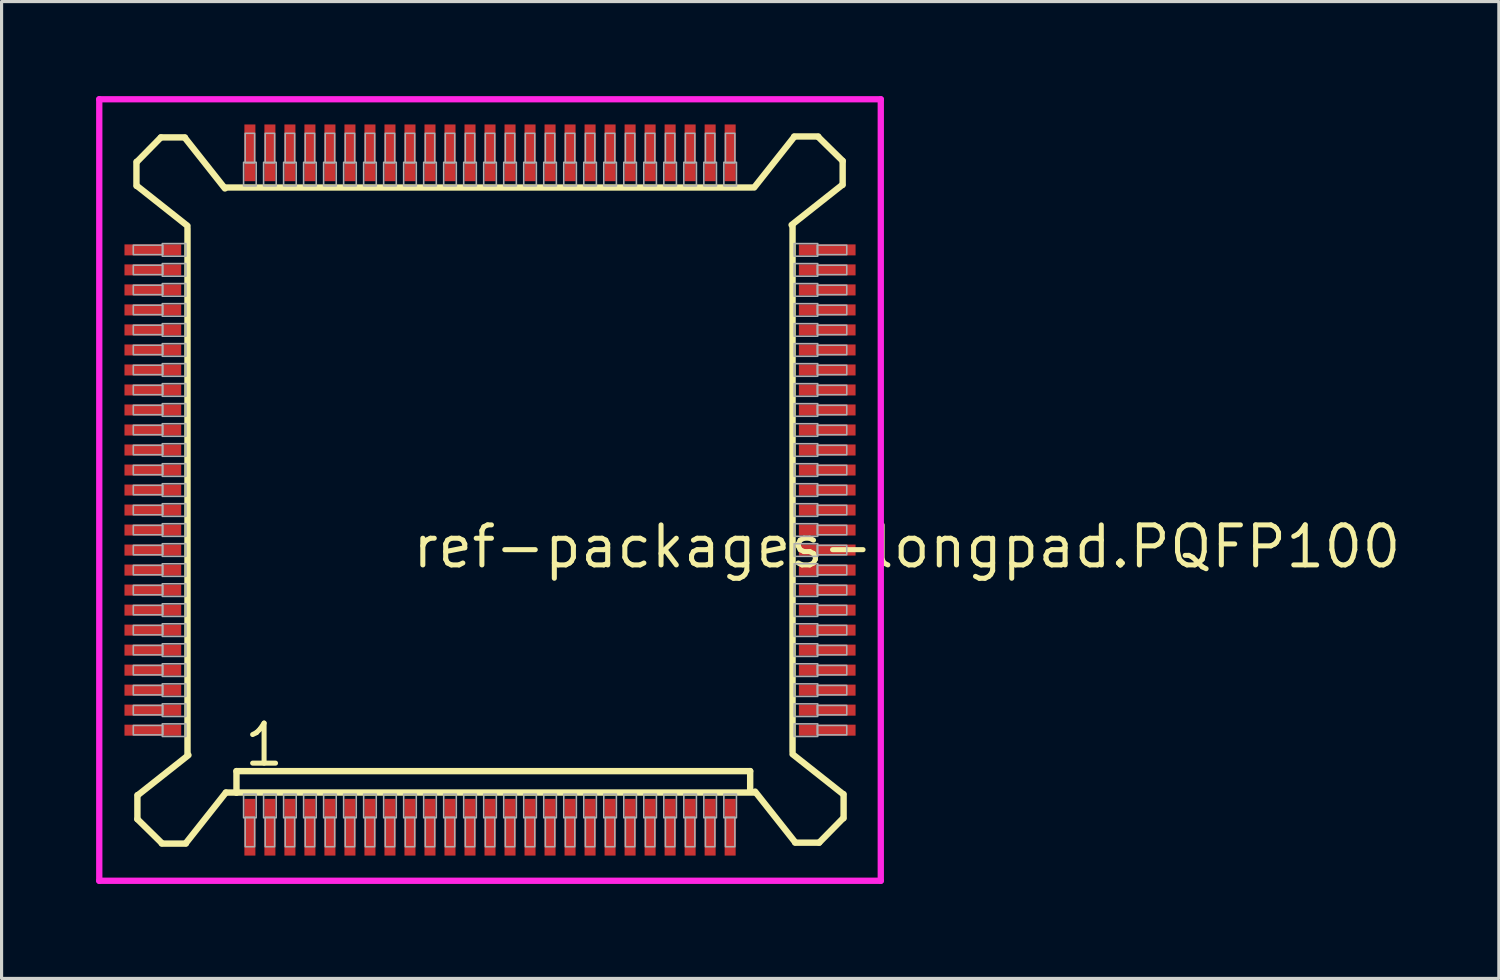
<source format=kicad_pcb>
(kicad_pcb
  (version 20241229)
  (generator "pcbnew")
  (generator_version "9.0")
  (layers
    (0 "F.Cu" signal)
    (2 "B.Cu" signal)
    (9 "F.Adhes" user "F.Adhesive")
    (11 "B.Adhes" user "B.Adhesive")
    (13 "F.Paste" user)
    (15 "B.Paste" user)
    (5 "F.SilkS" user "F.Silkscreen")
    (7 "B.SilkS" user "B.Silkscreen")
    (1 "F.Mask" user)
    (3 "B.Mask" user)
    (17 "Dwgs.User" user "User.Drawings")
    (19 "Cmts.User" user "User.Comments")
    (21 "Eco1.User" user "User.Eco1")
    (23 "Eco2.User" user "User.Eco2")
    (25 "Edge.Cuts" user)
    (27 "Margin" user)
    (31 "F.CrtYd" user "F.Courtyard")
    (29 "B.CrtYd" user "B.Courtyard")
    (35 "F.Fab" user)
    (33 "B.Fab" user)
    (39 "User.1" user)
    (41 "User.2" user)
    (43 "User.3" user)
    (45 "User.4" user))
  (footprint "ref-packages-longpad.PQFP100"
    (layer "F.Cu")
    (at 12.5 12.5)
    (property "Reference" "ref-packages-longpad.PQFP100" (at -2.54 2.54 0) (layer "F.SilkS") (effects (font (size 1.27 1.27) (thickness 0.16)) (justify left bottom)))
    (attr smd)
    (fp_line (start -11.22 -10.414) (end -11.22 -9.652) (stroke (width 0.203) (type default)) (layer "F.SilkS"))
    (fp_line (start -11.206 -9.652) (end -9.6 -8.382) (stroke (width 0.203) (type default)) (layer "F.SilkS"))
    (fp_line (start -11.19 9.682) (end -11.19 10.444) (stroke (width 0.203) (type default)) (layer "F.SilkS"))
    (fp_line (start -11.19 10.444) (end -10.414 11.206) (stroke (width 0.203) (type default)) (layer "F.SilkS"))
    (fp_line (start -10.444 -11.19) (end -11.206 -10.414) (stroke (width 0.203) (type default)) (layer "F.SilkS"))
    (fp_line (start -10.414 11.22) (end -9.652 11.22) (stroke (width 0.203) (type default)) (layer "F.SilkS"))
    (fp_line (start -9.682 -11.19) (end -10.444 -11.19) (stroke (width 0.203) (type default)) (layer "F.SilkS"))
    (fp_line (start -9.652 11.206) (end -8.382 9.6) (stroke (width 0.203) (type default)) (layer "F.SilkS"))
    (fp_line (start -9.6 -8.3) (end -9.6 8.382) (stroke (width 0.203) (type default)) (layer "F.SilkS"))
    (fp_line (start -9.57 8.412) (end -11.176 9.682) (stroke (width 0.203) (type default)) (layer "F.SilkS"))
    (fp_line (start -8.412 -9.57) (end -9.682 -11.176) (stroke (width 0.203) (type default)) (layer "F.SilkS"))
    (fp_line (start -8.382 9.6) (end -8.046 9.6) (stroke (width 0.203) (type default)) (layer "F.SilkS"))
    (fp_line (start -8.046 8.92) (end 8.255 8.92) (stroke (width 0.203) (type default)) (layer "F.SilkS"))
    (fp_line (start -8.046 9.6) (end -8.046 8.92) (stroke (width 0.203) (type default)) (layer "F.SilkS"))
    (fp_line (start -8.046 9.6) (end 8.382 9.6) (stroke (width 0.203) (type default)) (layer "F.SilkS"))
    (fp_line (start 8.255 8.92) (end 8.255 9.555) (stroke (width 0.203) (type default)) (layer "F.SilkS"))
    (fp_line (start 8.3 -9.6) (end -8.382 -9.6) (stroke (width 0.203) (type default)) (layer "F.SilkS"))
    (fp_line (start 8.412 9.57) (end 9.682 11.176) (stroke (width 0.203) (type default)) (layer "F.SilkS"))
    (fp_line (start 9.57 -8.412) (end 11.176 -9.682) (stroke (width 0.203) (type default)) (layer "F.SilkS"))
    (fp_line (start 9.6 8.3) (end 9.6 -8.382) (stroke (width 0.203) (type default)) (layer "F.SilkS"))
    (fp_line (start 9.652 -11.206) (end 8.382 -9.6) (stroke (width 0.203) (type default)) (layer "F.SilkS"))
    (fp_line (start 9.682 11.19) (end 10.444 11.19) (stroke (width 0.203) (type default)) (layer "F.SilkS"))
    (fp_line (start 10.414 -11.22) (end 9.652 -11.22) (stroke (width 0.203) (type default)) (layer "F.SilkS"))
    (fp_line (start 10.444 11.19) (end 11.206 10.414) (stroke (width 0.203) (type default)) (layer "F.SilkS"))
    (fp_line (start 11.19 -10.444) (end 10.414 -11.206) (stroke (width 0.203) (type default)) (layer "F.SilkS"))
    (fp_line (start 11.19 -9.682) (end 11.19 -10.444) (stroke (width 0.203) (type default)) (layer "F.SilkS"))
    (fp_line (start 11.206 9.652) (end 9.6 8.382) (stroke (width 0.203) (type default)) (layer "F.SilkS"))
    (fp_line (start 11.22 10.414) (end 11.22 9.652) (stroke (width 0.203) (type default)) (layer "F.SilkS"))
    (fp_line (start -12.4 -12.4) (end 12.4 -12.4) (stroke (width 0.2) (type default)) (layer "F.CrtYd"))
    (fp_line (start -12.4 12.4) (end -12.4 -12.4) (stroke (width 0.2) (type default)) (layer "F.CrtYd"))
    (fp_line (start 12.4 -12.4) (end 12.4 12.4) (stroke (width 0.2) (type default)) (layer "F.CrtYd"))
    (fp_line (start 12.4 12.4) (end -12.4 12.4) (stroke (width 0.2) (type default)) (layer "F.CrtYd"))
    (fp_rect (start -11.32 -7.47) (end -10.38 -7.77) (stroke (width 0.05) (type default)) (fill no) (layer "F.Fab"))
    (fp_rect (start -11.32 -6.835) (end -10.38 -7.135) (stroke (width 0.05) (type default)) (fill no) (layer "F.Fab"))
    (fp_rect (start -11.32 -6.2) (end -10.38 -6.5) (stroke (width 0.05) (type default)) (fill no) (layer "F.Fab"))
    (fp_rect (start -11.32 -5.565) (end -10.38 -5.865) (stroke (width 0.05) (type default)) (fill no) (layer "F.Fab"))
    (fp_rect (start -11.32 -4.93) (end -10.38 -5.23) (stroke (width 0.05) (type default)) (fill no) (layer "F.Fab"))
    (fp_rect (start -11.32 -4.295) (end -10.38 -4.595) (stroke (width 0.05) (type default)) (fill no) (layer "F.Fab"))
    (fp_rect (start -11.32 -3.66) (end -10.38 -3.96) (stroke (width 0.05) (type default)) (fill no) (layer "F.Fab"))
    (fp_rect (start -11.32 -3.025) (end -10.38 -3.325) (stroke (width 0.05) (type default)) (fill no) (layer "F.Fab"))
    (fp_rect (start -11.32 -2.39) (end -10.38 -2.69) (stroke (width 0.05) (type default)) (fill no) (layer "F.Fab"))
    (fp_rect (start -11.32 -1.755) (end -10.38 -2.055) (stroke (width 0.05) (type default)) (fill no) (layer "F.Fab"))
    (fp_rect (start -11.32 -1.12) (end -10.38 -1.42) (stroke (width 0.05) (type default)) (fill no) (layer "F.Fab"))
    (fp_rect (start -11.32 -0.485) (end -10.38 -0.785) (stroke (width 0.05) (type default)) (fill no) (layer "F.Fab"))
    (fp_rect (start -11.32 0.15) (end -10.38 -0.15) (stroke (width 0.05) (type default)) (fill no) (layer "F.Fab"))
    (fp_rect (start -11.32 0.785) (end -10.38 0.485) (stroke (width 0.05) (type default)) (fill no) (layer "F.Fab"))
    (fp_rect (start -11.32 1.42) (end -10.38 1.12) (stroke (width 0.05) (type default)) (fill no) (layer "F.Fab"))
    (fp_rect (start -11.32 2.055) (end -10.38 1.755) (stroke (width 0.05) (type default)) (fill no) (layer "F.Fab"))
    (fp_rect (start -11.32 2.69) (end -10.38 2.39) (stroke (width 0.05) (type default)) (fill no) (layer "F.Fab"))
    (fp_rect (start -11.32 3.325) (end -10.38 3.025) (stroke (width 0.05) (type default)) (fill no) (layer "F.Fab"))
    (fp_rect (start -11.32 3.96) (end -10.38 3.66) (stroke (width 0.05) (type default)) (fill no) (layer "F.Fab"))
    (fp_rect (start -11.32 4.595) (end -10.38 4.295) (stroke (width 0.05) (type default)) (fill no) (layer "F.Fab"))
    (fp_rect (start -11.32 5.23) (end -10.38 4.93) (stroke (width 0.05) (type default)) (fill no) (layer "F.Fab"))
    (fp_rect (start -11.32 5.865) (end -10.38 5.565) (stroke (width 0.05) (type default)) (fill no) (layer "F.Fab"))
    (fp_rect (start -11.32 6.5) (end -10.38 6.2) (stroke (width 0.05) (type default)) (fill no) (layer "F.Fab"))
    (fp_rect (start -11.32 7.135) (end -10.38 6.835) (stroke (width 0.05) (type default)) (fill no) (layer "F.Fab"))
    (fp_rect (start -11.32 7.77) (end -10.38 7.47) (stroke (width 0.05) (type default)) (fill no) (layer "F.Fab"))
    (fp_rect (start -10.4 -7.42) (end -9.65 -7.82) (stroke (width 0.05) (type default)) (fill no) (layer "F.Fab"))
    (fp_rect (start -10.4 -6.785) (end -9.65 -7.185) (stroke (width 0.05) (type default)) (fill no) (layer "F.Fab"))
    (fp_rect (start -10.4 -6.15) (end -9.65 -6.55) (stroke (width 0.05) (type default)) (fill no) (layer "F.Fab"))
    (fp_rect (start -10.4 -5.515) (end -9.65 -5.915) (stroke (width 0.05) (type default)) (fill no) (layer "F.Fab"))
    (fp_rect (start -10.4 -4.88) (end -9.65 -5.28) (stroke (width 0.05) (type default)) (fill no) (layer "F.Fab"))
    (fp_rect (start -10.4 -4.245) (end -9.65 -4.645) (stroke (width 0.05) (type default)) (fill no) (layer "F.Fab"))
    (fp_rect (start -10.4 -3.61) (end -9.65 -4.01) (stroke (width 0.05) (type default)) (fill no) (layer "F.Fab"))
    (fp_rect (start -10.4 -2.975) (end -9.65 -3.375) (stroke (width 0.05) (type default)) (fill no) (layer "F.Fab"))
    (fp_rect (start -10.4 -2.34) (end -9.65 -2.74) (stroke (width 0.05) (type default)) (fill no) (layer "F.Fab"))
    (fp_rect (start -10.4 -1.705) (end -9.65 -2.105) (stroke (width 0.05) (type default)) (fill no) (layer "F.Fab"))
    (fp_rect (start -10.4 -1.07) (end -9.65 -1.47) (stroke (width 0.05) (type default)) (fill no) (layer "F.Fab"))
    (fp_rect (start -10.4 -0.435) (end -9.65 -0.835) (stroke (width 0.05) (type default)) (fill no) (layer "F.Fab"))
    (fp_rect (start -10.4 0.2) (end -9.65 -0.2) (stroke (width 0.05) (type default)) (fill no) (layer "F.Fab"))
    (fp_rect (start -10.4 0.835) (end -9.65 0.435) (stroke (width 0.05) (type default)) (fill no) (layer "F.Fab"))
    (fp_rect (start -10.4 1.47) (end -9.65 1.07) (stroke (width 0.05) (type default)) (fill no) (layer "F.Fab"))
    (fp_rect (start -10.4 2.105) (end -9.65 1.705) (stroke (width 0.05) (type default)) (fill no) (layer "F.Fab"))
    (fp_rect (start -10.4 2.74) (end -9.65 2.34) (stroke (width 0.05) (type default)) (fill no) (layer "F.Fab"))
    (fp_rect (start -10.4 3.375) (end -9.65 2.975) (stroke (width 0.05) (type default)) (fill no) (layer "F.Fab"))
    (fp_rect (start -10.4 4.01) (end -9.65 3.61) (stroke (width 0.05) (type default)) (fill no) (layer "F.Fab"))
    (fp_rect (start -10.4 4.645) (end -9.65 4.245) (stroke (width 0.05) (type default)) (fill no) (layer "F.Fab"))
    (fp_rect (start -10.4 5.28) (end -9.65 4.88) (stroke (width 0.05) (type default)) (fill no) (layer "F.Fab"))
    (fp_rect (start -10.4 5.915) (end -9.65 5.515) (stroke (width 0.05) (type default)) (fill no) (layer "F.Fab"))
    (fp_rect (start -10.4 6.55) (end -9.65 6.15) (stroke (width 0.05) (type default)) (fill no) (layer "F.Fab"))
    (fp_rect (start -10.4 7.185) (end -9.65 6.785) (stroke (width 0.05) (type default)) (fill no) (layer "F.Fab"))
    (fp_rect (start -10.4 7.82) (end -9.65 7.42) (stroke (width 0.05) (type default)) (fill no) (layer "F.Fab"))
    (fp_rect (start -7.82 -9.65) (end -7.42 -10.4) (stroke (width 0.05) (type default)) (fill no) (layer "F.Fab"))
    (fp_rect (start -7.82 10.4) (end -7.42 9.65) (stroke (width 0.05) (type default)) (fill no) (layer "F.Fab"))
    (fp_rect (start -7.77 -10.38) (end -7.47 -11.32) (stroke (width 0.05) (type default)) (fill no) (layer "F.Fab"))
    (fp_rect (start -7.77 11.32) (end -7.47 10.38) (stroke (width 0.05) (type default)) (fill no) (layer "F.Fab"))
    (fp_rect (start -7.185 -9.65) (end -6.785 -10.4) (stroke (width 0.05) (type default)) (fill no) (layer "F.Fab"))
    (fp_rect (start -7.185 10.4) (end -6.785 9.65) (stroke (width 0.05) (type default)) (fill no) (layer "F.Fab"))
    (fp_rect (start -7.135 -10.38) (end -6.835 -11.32) (stroke (width 0.05) (type default)) (fill no) (layer "F.Fab"))
    (fp_rect (start -7.135 11.32) (end -6.835 10.38) (stroke (width 0.05) (type default)) (fill no) (layer "F.Fab"))
    (fp_rect (start -6.55 -9.65) (end -6.15 -10.4) (stroke (width 0.05) (type default)) (fill no) (layer "F.Fab"))
    (fp_rect (start -6.55 10.4) (end -6.15 9.65) (stroke (width 0.05) (type default)) (fill no) (layer "F.Fab"))
    (fp_rect (start -6.5 -10.38) (end -6.2 -11.32) (stroke (width 0.05) (type default)) (fill no) (layer "F.Fab"))
    (fp_rect (start -6.5 11.32) (end -6.2 10.38) (stroke (width 0.05) (type default)) (fill no) (layer "F.Fab"))
    (fp_rect (start -5.915 -9.65) (end -5.515 -10.4) (stroke (width 0.05) (type default)) (fill no) (layer "F.Fab"))
    (fp_rect (start -5.915 10.4) (end -5.515 9.65) (stroke (width 0.05) (type default)) (fill no) (layer "F.Fab"))
    (fp_rect (start -5.865 -10.38) (end -5.565 -11.32) (stroke (width 0.05) (type default)) (fill no) (layer "F.Fab"))
    (fp_rect (start -5.865 11.32) (end -5.565 10.38) (stroke (width 0.05) (type default)) (fill no) (layer "F.Fab"))
    (fp_rect (start -5.28 -9.65) (end -4.88 -10.4) (stroke (width 0.05) (type default)) (fill no) (layer "F.Fab"))
    (fp_rect (start -5.28 10.4) (end -4.88 9.65) (stroke (width 0.05) (type default)) (fill no) (layer "F.Fab"))
    (fp_rect (start -5.23 -10.38) (end -4.93 -11.32) (stroke (width 0.05) (type default)) (fill no) (layer "F.Fab"))
    (fp_rect (start -5.23 11.32) (end -4.93 10.38) (stroke (width 0.05) (type default)) (fill no) (layer "F.Fab"))
    (fp_rect (start -4.645 -9.65) (end -4.245 -10.4) (stroke (width 0.05) (type default)) (fill no) (layer "F.Fab"))
    (fp_rect (start -4.645 10.4) (end -4.245 9.65) (stroke (width 0.05) (type default)) (fill no) (layer "F.Fab"))
    (fp_rect (start -4.595 -10.38) (end -4.295 -11.32) (stroke (width 0.05) (type default)) (fill no) (layer "F.Fab"))
    (fp_rect (start -4.595 11.32) (end -4.295 10.38) (stroke (width 0.05) (type default)) (fill no) (layer "F.Fab"))
    (fp_rect (start -4.01 -9.65) (end -3.61 -10.4) (stroke (width 0.05) (type default)) (fill no) (layer "F.Fab"))
    (fp_rect (start -4.01 10.4) (end -3.61 9.65) (stroke (width 0.05) (type default)) (fill no) (layer "F.Fab"))
    (fp_rect (start -3.96 -10.38) (end -3.66 -11.32) (stroke (width 0.05) (type default)) (fill no) (layer "F.Fab"))
    (fp_rect (start -3.96 11.32) (end -3.66 10.38) (stroke (width 0.05) (type default)) (fill no) (layer "F.Fab"))
    (fp_rect (start -3.375 -9.65) (end -2.975 -10.4) (stroke (width 0.05) (type default)) (fill no) (layer "F.Fab"))
    (fp_rect (start -3.375 10.4) (end -2.975 9.65) (stroke (width 0.05) (type default)) (fill no) (layer "F.Fab"))
    (fp_rect (start -3.325 -10.38) (end -3.025 -11.32) (stroke (width 0.05) (type default)) (fill no) (layer "F.Fab"))
    (fp_rect (start -3.325 11.32) (end -3.025 10.38) (stroke (width 0.05) (type default)) (fill no) (layer "F.Fab"))
    (fp_rect (start -2.74 -9.65) (end -2.34 -10.4) (stroke (width 0.05) (type default)) (fill no) (layer "F.Fab"))
    (fp_rect (start -2.74 10.4) (end -2.34 9.65) (stroke (width 0.05) (type default)) (fill no) (layer "F.Fab"))
    (fp_rect (start -2.69 -10.38) (end -2.39 -11.32) (stroke (width 0.05) (type default)) (fill no) (layer "F.Fab"))
    (fp_rect (start -2.69 11.32) (end -2.39 10.38) (stroke (width 0.05) (type default)) (fill no) (layer "F.Fab"))
    (fp_rect (start -2.105 -9.65) (end -1.705 -10.4) (stroke (width 0.05) (type default)) (fill no) (layer "F.Fab"))
    (fp_rect (start -2.105 10.4) (end -1.705 9.65) (stroke (width 0.05) (type default)) (fill no) (layer "F.Fab"))
    (fp_rect (start -2.055 -10.38) (end -1.755 -11.32) (stroke (width 0.05) (type default)) (fill no) (layer "F.Fab"))
    (fp_rect (start -2.055 11.32) (end -1.755 10.38) (stroke (width 0.05) (type default)) (fill no) (layer "F.Fab"))
    (fp_rect (start -1.47 -9.65) (end -1.07 -10.4) (stroke (width 0.05) (type default)) (fill no) (layer "F.Fab"))
    (fp_rect (start -1.47 10.4) (end -1.07 9.65) (stroke (width 0.05) (type default)) (fill no) (layer "F.Fab"))
    (fp_rect (start -1.42 -10.38) (end -1.12 -11.32) (stroke (width 0.05) (type default)) (fill no) (layer "F.Fab"))
    (fp_rect (start -1.42 11.32) (end -1.12 10.38) (stroke (width 0.05) (type default)) (fill no) (layer "F.Fab"))
    (fp_rect (start -0.835 -9.65) (end -0.435 -10.4) (stroke (width 0.05) (type default)) (fill no) (layer "F.Fab"))
    (fp_rect (start -0.835 10.4) (end -0.435 9.65) (stroke (width 0.05) (type default)) (fill no) (layer "F.Fab"))
    (fp_rect (start -0.785 -10.38) (end -0.485 -11.32) (stroke (width 0.05) (type default)) (fill no) (layer "F.Fab"))
    (fp_rect (start -0.785 11.32) (end -0.485 10.38) (stroke (width 0.05) (type default)) (fill no) (layer "F.Fab"))
    (fp_rect (start -0.2 -9.65) (end 0.2 -10.4) (stroke (width 0.05) (type default)) (fill no) (layer "F.Fab"))
    (fp_rect (start -0.2 10.4) (end 0.2 9.65) (stroke (width 0.05) (type default)) (fill no) (layer "F.Fab"))
    (fp_rect (start -0.15 -10.38) (end 0.15 -11.32) (stroke (width 0.05) (type default)) (fill no) (layer "F.Fab"))
    (fp_rect (start -0.15 11.32) (end 0.15 10.38) (stroke (width 0.05) (type default)) (fill no) (layer "F.Fab"))
    (fp_rect (start 0.435 -9.65) (end 0.835 -10.4) (stroke (width 0.05) (type default)) (fill no) (layer "F.Fab"))
    (fp_rect (start 0.435 10.4) (end 0.835 9.65) (stroke (width 0.05) (type default)) (fill no) (layer "F.Fab"))
    (fp_rect (start 0.485 -10.38) (end 0.785 -11.32) (stroke (width 0.05) (type default)) (fill no) (layer "F.Fab"))
    (fp_rect (start 0.485 11.32) (end 0.785 10.38) (stroke (width 0.05) (type default)) (fill no) (layer "F.Fab"))
    (fp_rect (start 1.07 -9.65) (end 1.47 -10.4) (stroke (width 0.05) (type default)) (fill no) (layer "F.Fab"))
    (fp_rect (start 1.07 10.4) (end 1.47 9.65) (stroke (width 0.05) (type default)) (fill no) (layer "F.Fab"))
    (fp_rect (start 1.12 -10.38) (end 1.42 -11.32) (stroke (width 0.05) (type default)) (fill no) (layer "F.Fab"))
    (fp_rect (start 1.12 11.32) (end 1.42 10.38) (stroke (width 0.05) (type default)) (fill no) (layer "F.Fab"))
    (fp_rect (start 1.705 -9.65) (end 2.105 -10.4) (stroke (width 0.05) (type default)) (fill no) (layer "F.Fab"))
    (fp_rect (start 1.705 10.4) (end 2.105 9.65) (stroke (width 0.05) (type default)) (fill no) (layer "F.Fab"))
    (fp_rect (start 1.755 -10.38) (end 2.055 -11.32) (stroke (width 0.05) (type default)) (fill no) (layer "F.Fab"))
    (fp_rect (start 1.755 11.32) (end 2.055 10.38) (stroke (width 0.05) (type default)) (fill no) (layer "F.Fab"))
    (fp_rect (start 2.34 -9.65) (end 2.74 -10.4) (stroke (width 0.05) (type default)) (fill no) (layer "F.Fab"))
    (fp_rect (start 2.34 10.4) (end 2.74 9.65) (stroke (width 0.05) (type default)) (fill no) (layer "F.Fab"))
    (fp_rect (start 2.39 -10.38) (end 2.69 -11.32) (stroke (width 0.05) (type default)) (fill no) (layer "F.Fab"))
    (fp_rect (start 2.39 11.32) (end 2.69 10.38) (stroke (width 0.05) (type default)) (fill no) (layer "F.Fab"))
    (fp_rect (start 2.975 -9.65) (end 3.375 -10.4) (stroke (width 0.05) (type default)) (fill no) (layer "F.Fab"))
    (fp_rect (start 2.975 10.4) (end 3.375 9.65) (stroke (width 0.05) (type default)) (fill no) (layer "F.Fab"))
    (fp_rect (start 3.025 -10.38) (end 3.325 -11.32) (stroke (width 0.05) (type default)) (fill no) (layer "F.Fab"))
    (fp_rect (start 3.025 11.32) (end 3.325 10.38) (stroke (width 0.05) (type default)) (fill no) (layer "F.Fab"))
    (fp_rect (start 3.61 -9.65) (end 4.01 -10.4) (stroke (width 0.05) (type default)) (fill no) (layer "F.Fab"))
    (fp_rect (start 3.61 10.4) (end 4.01 9.65) (stroke (width 0.05) (type default)) (fill no) (layer "F.Fab"))
    (fp_rect (start 3.66 -10.38) (end 3.96 -11.32) (stroke (width 0.05) (type default)) (fill no) (layer "F.Fab"))
    (fp_rect (start 3.66 11.32) (end 3.96 10.38) (stroke (width 0.05) (type default)) (fill no) (layer "F.Fab"))
    (fp_rect (start 4.245 -9.65) (end 4.645 -10.4) (stroke (width 0.05) (type default)) (fill no) (layer "F.Fab"))
    (fp_rect (start 4.245 10.4) (end 4.645 9.65) (stroke (width 0.05) (type default)) (fill no) (layer "F.Fab"))
    (fp_rect (start 4.295 -10.38) (end 4.595 -11.32) (stroke (width 0.05) (type default)) (fill no) (layer "F.Fab"))
    (fp_rect (start 4.295 11.32) (end 4.595 10.38) (stroke (width 0.05) (type default)) (fill no) (layer "F.Fab"))
    (fp_rect (start 4.88 -9.65) (end 5.28 -10.4) (stroke (width 0.05) (type default)) (fill no) (layer "F.Fab"))
    (fp_rect (start 4.88 10.4) (end 5.28 9.65) (stroke (width 0.05) (type default)) (fill no) (layer "F.Fab"))
    (fp_rect (start 4.93 -10.38) (end 5.23 -11.32) (stroke (width 0.05) (type default)) (fill no) (layer "F.Fab"))
    (fp_rect (start 4.93 11.32) (end 5.23 10.38) (stroke (width 0.05) (type default)) (fill no) (layer "F.Fab"))
    (fp_rect (start 5.515 -9.65) (end 5.915 -10.4) (stroke (width 0.05) (type default)) (fill no) (layer "F.Fab"))
    (fp_rect (start 5.515 10.4) (end 5.915 9.65) (stroke (width 0.05) (type default)) (fill no) (layer "F.Fab"))
    (fp_rect (start 5.565 -10.38) (end 5.865 -11.32) (stroke (width 0.05) (type default)) (fill no) (layer "F.Fab"))
    (fp_rect (start 5.565 11.32) (end 5.865 10.38) (stroke (width 0.05) (type default)) (fill no) (layer "F.Fab"))
    (fp_rect (start 6.15 -9.65) (end 6.55 -10.4) (stroke (width 0.05) (type default)) (fill no) (layer "F.Fab"))
    (fp_rect (start 6.15 10.4) (end 6.55 9.65) (stroke (width 0.05) (type default)) (fill no) (layer "F.Fab"))
    (fp_rect (start 6.2 -10.38) (end 6.5 -11.32) (stroke (width 0.05) (type default)) (fill no) (layer "F.Fab"))
    (fp_rect (start 6.2 11.32) (end 6.5 10.38) (stroke (width 0.05) (type default)) (fill no) (layer "F.Fab"))
    (fp_rect (start 6.785 -9.65) (end 7.185 -10.4) (stroke (width 0.05) (type default)) (fill no) (layer "F.Fab"))
    (fp_rect (start 6.785 10.4) (end 7.185 9.65) (stroke (width 0.05) (type default)) (fill no) (layer "F.Fab"))
    (fp_rect (start 6.835 -10.38) (end 7.135 -11.32) (stroke (width 0.05) (type default)) (fill no) (layer "F.Fab"))
    (fp_rect (start 6.835 11.32) (end 7.135 10.38) (stroke (width 0.05) (type default)) (fill no) (layer "F.Fab"))
    (fp_rect (start 7.42 -9.65) (end 7.82 -10.4) (stroke (width 0.05) (type default)) (fill no) (layer "F.Fab"))
    (fp_rect (start 7.42 10.4) (end 7.82 9.65) (stroke (width 0.05) (type default)) (fill no) (layer "F.Fab"))
    (fp_rect (start 7.47 -10.38) (end 7.77 -11.32) (stroke (width 0.05) (type default)) (fill no) (layer "F.Fab"))
    (fp_rect (start 7.47 11.32) (end 7.77 10.38) (stroke (width 0.05) (type default)) (fill no) (layer "F.Fab"))
    (fp_rect (start 9.65 -7.42) (end 10.4 -7.82) (stroke (width 0.05) (type default)) (fill no) (layer "F.Fab"))
    (fp_rect (start 9.65 -6.785) (end 10.4 -7.185) (stroke (width 0.05) (type default)) (fill no) (layer "F.Fab"))
    (fp_rect (start 9.65 -6.15) (end 10.4 -6.55) (stroke (width 0.05) (type default)) (fill no) (layer "F.Fab"))
    (fp_rect (start 9.65 -5.515) (end 10.4 -5.915) (stroke (width 0.05) (type default)) (fill no) (layer "F.Fab"))
    (fp_rect (start 9.65 -4.88) (end 10.4 -5.28) (stroke (width 0.05) (type default)) (fill no) (layer "F.Fab"))
    (fp_rect (start 9.65 -4.245) (end 10.4 -4.645) (stroke (width 0.05) (type default)) (fill no) (layer "F.Fab"))
    (fp_rect (start 9.65 -3.61) (end 10.4 -4.01) (stroke (width 0.05) (type default)) (fill no) (layer "F.Fab"))
    (fp_rect (start 9.65 -2.975) (end 10.4 -3.375) (stroke (width 0.05) (type default)) (fill no) (layer "F.Fab"))
    (fp_rect (start 9.65 -2.34) (end 10.4 -2.74) (stroke (width 0.05) (type default)) (fill no) (layer "F.Fab"))
    (fp_rect (start 9.65 -1.705) (end 10.4 -2.105) (stroke (width 0.05) (type default)) (fill no) (layer "F.Fab"))
    (fp_rect (start 9.65 -1.07) (end 10.4 -1.47) (stroke (width 0.05) (type default)) (fill no) (layer "F.Fab"))
    (fp_rect (start 9.65 -0.435) (end 10.4 -0.835) (stroke (width 0.05) (type default)) (fill no) (layer "F.Fab"))
    (fp_rect (start 9.65 0.2) (end 10.4 -0.2) (stroke (width 0.05) (type default)) (fill no) (layer "F.Fab"))
    (fp_rect (start 9.65 0.835) (end 10.4 0.435) (stroke (width 0.05) (type default)) (fill no) (layer "F.Fab"))
    (fp_rect (start 9.65 1.47) (end 10.4 1.07) (stroke (width 0.05) (type default)) (fill no) (layer "F.Fab"))
    (fp_rect (start 9.65 2.105) (end 10.4 1.705) (stroke (width 0.05) (type default)) (fill no) (layer "F.Fab"))
    (fp_rect (start 9.65 2.74) (end 10.4 2.34) (stroke (width 0.05) (type default)) (fill no) (layer "F.Fab"))
    (fp_rect (start 9.65 3.375) (end 10.4 2.975) (stroke (width 0.05) (type default)) (fill no) (layer "F.Fab"))
    (fp_rect (start 9.65 4.01) (end 10.4 3.61) (stroke (width 0.05) (type default)) (fill no) (layer "F.Fab"))
    (fp_rect (start 9.65 4.645) (end 10.4 4.245) (stroke (width 0.05) (type default)) (fill no) (layer "F.Fab"))
    (fp_rect (start 9.65 5.28) (end 10.4 4.88) (stroke (width 0.05) (type default)) (fill no) (layer "F.Fab"))
    (fp_rect (start 9.65 5.915) (end 10.4 5.515) (stroke (width 0.05) (type default)) (fill no) (layer "F.Fab"))
    (fp_rect (start 9.65 6.55) (end 10.4 6.15) (stroke (width 0.05) (type default)) (fill no) (layer "F.Fab"))
    (fp_rect (start 9.65 7.185) (end 10.4 6.785) (stroke (width 0.05) (type default)) (fill no) (layer "F.Fab"))
    (fp_rect (start 9.65 7.82) (end 10.4 7.42) (stroke (width 0.05) (type default)) (fill no) (layer "F.Fab"))
    (fp_rect (start 10.38 -7.47) (end 11.32 -7.77) (stroke (width 0.05) (type default)) (fill no) (layer "F.Fab"))
    (fp_rect (start 10.38 -6.835) (end 11.32 -7.135) (stroke (width 0.05) (type default)) (fill no) (layer "F.Fab"))
    (fp_rect (start 10.38 -6.2) (end 11.32 -6.5) (stroke (width 0.05) (type default)) (fill no) (layer "F.Fab"))
    (fp_rect (start 10.38 -5.565) (end 11.32 -5.865) (stroke (width 0.05) (type default)) (fill no) (layer "F.Fab"))
    (fp_rect (start 10.38 -4.93) (end 11.32 -5.23) (stroke (width 0.05) (type default)) (fill no) (layer "F.Fab"))
    (fp_rect (start 10.38 -4.295) (end 11.32 -4.595) (stroke (width 0.05) (type default)) (fill no) (layer "F.Fab"))
    (fp_rect (start 10.38 -3.66) (end 11.32 -3.96) (stroke (width 0.05) (type default)) (fill no) (layer "F.Fab"))
    (fp_rect (start 10.38 -3.025) (end 11.32 -3.325) (stroke (width 0.05) (type default)) (fill no) (layer "F.Fab"))
    (fp_rect (start 10.38 -2.39) (end 11.32 -2.69) (stroke (width 0.05) (type default)) (fill no) (layer "F.Fab"))
    (fp_rect (start 10.38 -1.755) (end 11.32 -2.055) (stroke (width 0.05) (type default)) (fill no) (layer "F.Fab"))
    (fp_rect (start 10.38 -1.12) (end 11.32 -1.42) (stroke (width 0.05) (type default)) (fill no) (layer "F.Fab"))
    (fp_rect (start 10.38 -0.485) (end 11.32 -0.785) (stroke (width 0.05) (type default)) (fill no) (layer "F.Fab"))
    (fp_rect (start 10.38 0.15) (end 11.32 -0.15) (stroke (width 0.05) (type default)) (fill no) (layer "F.Fab"))
    (fp_rect (start 10.38 0.785) (end 11.32 0.485) (stroke (width 0.05) (type default)) (fill no) (layer "F.Fab"))
    (fp_rect (start 10.38 1.42) (end 11.32 1.12) (stroke (width 0.05) (type default)) (fill no) (layer "F.Fab"))
    (fp_rect (start 10.38 2.055) (end 11.32 1.755) (stroke (width 0.05) (type default)) (fill no) (layer "F.Fab"))
    (fp_rect (start 10.38 2.69) (end 11.32 2.39) (stroke (width 0.05) (type default)) (fill no) (layer "F.Fab"))
    (fp_rect (start 10.38 3.325) (end 11.32 3.025) (stroke (width 0.05) (type default)) (fill no) (layer "F.Fab"))
    (fp_rect (start 10.38 3.96) (end 11.32 3.66) (stroke (width 0.05) (type default)) (fill no) (layer "F.Fab"))
    (fp_rect (start 10.38 4.595) (end 11.32 4.295) (stroke (width 0.05) (type default)) (fill no) (layer "F.Fab"))
    (fp_rect (start 10.38 5.23) (end 11.32 4.93) (stroke (width 0.05) (type default)) (fill no) (layer "F.Fab"))
    (fp_rect (start 10.38 5.865) (end 11.32 5.565) (stroke (width 0.05) (type default)) (fill no) (layer "F.Fab"))
    (fp_rect (start 10.38 6.5) (end 11.32 6.2) (stroke (width 0.05) (type default)) (fill no) (layer "F.Fab"))
    (fp_rect (start 10.38 7.135) (end 11.32 6.835) (stroke (width 0.05) (type default)) (fill no) (layer "F.Fab"))
    (fp_rect (start 10.38 7.77) (end 11.32 7.47) (stroke (width 0.05) (type default)) (fill no) (layer "F.Fab"))
    (fp_text user "1" (at -7.88 8.83 0) (layer "F.SilkS") (effects (font (size 1.27 1.27) (thickness 0.16)) (justify left bottom)))
    (pad "1" smd roundrect (at -7.62 10.7) (size 0.35 1.8) (layers "F.Cu" "F.Mask" "F.Paste") (roundrect_rratio 0.01))
    (pad "2" smd roundrect (at -6.985 10.7) (size 0.35 1.8) (layers "F.Cu" "F.Mask" "F.Paste") (roundrect_rratio 0.01))
    (pad "3" smd roundrect (at -6.35 10.7) (size 0.35 1.8) (layers "F.Cu" "F.Mask" "F.Paste") (roundrect_rratio 0.01))
    (pad "4" smd roundrect (at -5.715 10.7) (size 0.35 1.8) (layers "F.Cu" "F.Mask" "F.Paste") (roundrect_rratio 0.01))
    (pad "5" smd roundrect (at -5.08 10.7) (size 0.35 1.8) (layers "F.Cu" "F.Mask" "F.Paste") (roundrect_rratio 0.01))
    (pad "6" smd roundrect (at -4.445 10.7) (size 0.35 1.8) (layers "F.Cu" "F.Mask" "F.Paste") (roundrect_rratio 0.01))
    (pad "7" smd roundrect (at -3.81 10.7) (size 0.35 1.8) (layers "F.Cu" "F.Mask" "F.Paste") (roundrect_rratio 0.01))
    (pad "8" smd roundrect (at -3.175 10.7) (size 0.35 1.8) (layers "F.Cu" "F.Mask" "F.Paste") (roundrect_rratio 0.01))
    (pad "9" smd roundrect (at -2.54 10.7) (size 0.35 1.8) (layers "F.Cu" "F.Mask" "F.Paste") (roundrect_rratio 0.01))
    (pad "10" smd roundrect (at -1.905 10.7) (size 0.35 1.8) (layers "F.Cu" "F.Mask" "F.Paste") (roundrect_rratio 0.01))
    (pad "11" smd roundrect (at -1.27 10.7) (size 0.35 1.8) (layers "F.Cu" "F.Mask" "F.Paste") (roundrect_rratio 0.01))
    (pad "12" smd roundrect (at -0.635 10.7) (size 0.35 1.8) (layers "F.Cu" "F.Mask" "F.Paste") (roundrect_rratio 0.01))
    (pad "13" smd roundrect (at 0 10.7) (size 0.35 1.8) (layers "F.Cu" "F.Mask" "F.Paste") (roundrect_rratio 0.01))
    (pad "14" smd roundrect (at 0.635 10.7) (size 0.35 1.8) (layers "F.Cu" "F.Mask" "F.Paste") (roundrect_rratio 0.01))
    (pad "15" smd roundrect (at 1.27 10.7) (size 0.35 1.8) (layers "F.Cu" "F.Mask" "F.Paste") (roundrect_rratio 0.01))
    (pad "16" smd roundrect (at 1.905 10.7) (size 0.35 1.8) (layers "F.Cu" "F.Mask" "F.Paste") (roundrect_rratio 0.01))
    (pad "17" smd roundrect (at 2.54 10.7) (size 0.35 1.8) (layers "F.Cu" "F.Mask" "F.Paste") (roundrect_rratio 0.01))
    (pad "18" smd roundrect (at 3.175 10.7) (size 0.35 1.8) (layers "F.Cu" "F.Mask" "F.Paste") (roundrect_rratio 0.01))
    (pad "19" smd roundrect (at 3.81 10.7) (size 0.35 1.8) (layers "F.Cu" "F.Mask" "F.Paste") (roundrect_rratio 0.01))
    (pad "20" smd roundrect (at 4.445 10.7) (size 0.35 1.8) (layers "F.Cu" "F.Mask" "F.Paste") (roundrect_rratio 0.01))
    (pad "21" smd roundrect (at 5.08 10.7) (size 0.35 1.8) (layers "F.Cu" "F.Mask" "F.Paste") (roundrect_rratio 0.01))
    (pad "22" smd roundrect (at 5.715 10.7) (size 0.35 1.8) (layers "F.Cu" "F.Mask" "F.Paste") (roundrect_rratio 0.01))
    (pad "23" smd roundrect (at 6.35 10.7) (size 0.35 1.8) (layers "F.Cu" "F.Mask" "F.Paste") (roundrect_rratio 0.01))
    (pad "24" smd roundrect (at 6.985 10.7) (size 0.35 1.8) (layers "F.Cu" "F.Mask" "F.Paste") (roundrect_rratio 0.01))
    (pad "25" smd roundrect (at 7.62 10.7) (size 0.35 1.8) (layers "F.Cu" "F.Mask" "F.Paste") (roundrect_rratio 0.01))
    (pad "26" smd roundrect (at 10.7 7.62) (size 1.8 0.35) (layers "F.Cu" "F.Mask" "F.Paste") (roundrect_rratio 0.01))
    (pad "27" smd roundrect (at 10.7 6.985) (size 1.8 0.35) (layers "F.Cu" "F.Mask" "F.Paste") (roundrect_rratio 0.01))
    (pad "28" smd roundrect (at 10.7 6.35) (size 1.8 0.35) (layers "F.Cu" "F.Mask" "F.Paste") (roundrect_rratio 0.01))
    (pad "29" smd roundrect (at 10.7 5.715) (size 1.8 0.35) (layers "F.Cu" "F.Mask" "F.Paste") (roundrect_rratio 0.01))
    (pad "30" smd roundrect (at 10.7 5.08) (size 1.8 0.35) (layers "F.Cu" "F.Mask" "F.Paste") (roundrect_rratio 0.01))
    (pad "31" smd roundrect (at 10.7 4.445) (size 1.8 0.35) (layers "F.Cu" "F.Mask" "F.Paste") (roundrect_rratio 0.01))
    (pad "32" smd roundrect (at 10.7 3.81) (size 1.8 0.35) (layers "F.Cu" "F.Mask" "F.Paste") (roundrect_rratio 0.01))
    (pad "33" smd roundrect (at 10.7 3.175) (size 1.8 0.35) (layers "F.Cu" "F.Mask" "F.Paste") (roundrect_rratio 0.01))
    (pad "34" smd roundrect (at 10.7 2.54) (size 1.8 0.35) (layers "F.Cu" "F.Mask" "F.Paste") (roundrect_rratio 0.01))
    (pad "35" smd roundrect (at 10.7 1.905) (size 1.8 0.35) (layers "F.Cu" "F.Mask" "F.Paste") (roundrect_rratio 0.01))
    (pad "36" smd roundrect (at 10.7 1.27) (size 1.8 0.35) (layers "F.Cu" "F.Mask" "F.Paste") (roundrect_rratio 0.01))
    (pad "37" smd roundrect (at 10.7 0.635) (size 1.8 0.35) (layers "F.Cu" "F.Mask" "F.Paste") (roundrect_rratio 0.01))
    (pad "38" smd roundrect (at 10.7 0) (size 1.8 0.35) (layers "F.Cu" "F.Mask" "F.Paste") (roundrect_rratio 0.01))
    (pad "39" smd roundrect (at 10.7 -0.635) (size 1.8 0.35) (layers "F.Cu" "F.Mask" "F.Paste") (roundrect_rratio 0.01))
    (pad "40" smd roundrect (at 10.7 -1.27) (size 1.8 0.35) (layers "F.Cu" "F.Mask" "F.Paste") (roundrect_rratio 0.01))
    (pad "41" smd roundrect (at 10.7 -1.905) (size 1.8 0.35) (layers "F.Cu" "F.Mask" "F.Paste") (roundrect_rratio 0.01))
    (pad "42" smd roundrect (at 10.7 -2.54) (size 1.8 0.35) (layers "F.Cu" "F.Mask" "F.Paste") (roundrect_rratio 0.01))
    (pad "43" smd roundrect (at 10.7 -3.175) (size 1.8 0.35) (layers "F.Cu" "F.Mask" "F.Paste") (roundrect_rratio 0.01))
    (pad "44" smd roundrect (at 10.7 -3.81) (size 1.8 0.35) (layers "F.Cu" "F.Mask" "F.Paste") (roundrect_rratio 0.01))
    (pad "45" smd roundrect (at 10.7 -4.445) (size 1.8 0.35) (layers "F.Cu" "F.Mask" "F.Paste") (roundrect_rratio 0.01))
    (pad "46" smd roundrect (at 10.7 -5.08) (size 1.8 0.35) (layers "F.Cu" "F.Mask" "F.Paste") (roundrect_rratio 0.01))
    (pad "47" smd roundrect (at 10.7 -5.715) (size 1.8 0.35) (layers "F.Cu" "F.Mask" "F.Paste") (roundrect_rratio 0.01))
    (pad "48" smd roundrect (at 10.7 -6.35) (size 1.8 0.35) (layers "F.Cu" "F.Mask" "F.Paste") (roundrect_rratio 0.01))
    (pad "49" smd roundrect (at 10.7 -6.985) (size 1.8 0.35) (layers "F.Cu" "F.Mask" "F.Paste") (roundrect_rratio 0.01))
    (pad "50" smd roundrect (at 10.7 -7.62) (size 1.8 0.35) (layers "F.Cu" "F.Mask" "F.Paste") (roundrect_rratio 0.01))
    (pad "51" smd roundrect (at 7.62 -10.7) (size 0.35 1.8) (layers "F.Cu" "F.Mask" "F.Paste") (roundrect_rratio 0.01))
    (pad "52" smd roundrect (at 6.985 -10.7) (size 0.35 1.8) (layers "F.Cu" "F.Mask" "F.Paste") (roundrect_rratio 0.01))
    (pad "53" smd roundrect (at 6.35 -10.7) (size 0.35 1.8) (layers "F.Cu" "F.Mask" "F.Paste") (roundrect_rratio 0.01))
    (pad "54" smd roundrect (at 5.715 -10.7) (size 0.35 1.8) (layers "F.Cu" "F.Mask" "F.Paste") (roundrect_rratio 0.01))
    (pad "55" smd roundrect (at 5.08 -10.7) (size 0.35 1.8) (layers "F.Cu" "F.Mask" "F.Paste") (roundrect_rratio 0.01))
    (pad "56" smd roundrect (at 4.445 -10.7) (size 0.35 1.8) (layers "F.Cu" "F.Mask" "F.Paste") (roundrect_rratio 0.01))
    (pad "57" smd roundrect (at 3.81 -10.7) (size 0.35 1.8) (layers "F.Cu" "F.Mask" "F.Paste") (roundrect_rratio 0.01))
    (pad "58" smd roundrect (at 3.175 -10.7) (size 0.35 1.8) (layers "F.Cu" "F.Mask" "F.Paste") (roundrect_rratio 0.01))
    (pad "59" smd roundrect (at 2.54 -10.7) (size 0.35 1.8) (layers "F.Cu" "F.Mask" "F.Paste") (roundrect_rratio 0.01))
    (pad "60" smd roundrect (at 1.905 -10.7) (size 0.35 1.8) (layers "F.Cu" "F.Mask" "F.Paste") (roundrect_rratio 0.01))
    (pad "61" smd roundrect (at 1.27 -10.7) (size 0.35 1.8) (layers "F.Cu" "F.Mask" "F.Paste") (roundrect_rratio 0.01))
    (pad "62" smd roundrect (at 0.635 -10.7) (size 0.35 1.8) (layers "F.Cu" "F.Mask" "F.Paste") (roundrect_rratio 0.01))
    (pad "63" smd roundrect (at 0 -10.7) (size 0.35 1.8) (layers "F.Cu" "F.Mask" "F.Paste") (roundrect_rratio 0.01))
    (pad "64" smd roundrect (at -0.635 -10.7) (size 0.35 1.8) (layers "F.Cu" "F.Mask" "F.Paste") (roundrect_rratio 0.01))
    (pad "65" smd roundrect (at -1.27 -10.7) (size 0.35 1.8) (layers "F.Cu" "F.Mask" "F.Paste") (roundrect_rratio 0.01))
    (pad "66" smd roundrect (at -1.905 -10.7) (size 0.35 1.8) (layers "F.Cu" "F.Mask" "F.Paste") (roundrect_rratio 0.01))
    (pad "67" smd roundrect (at -2.54 -10.7) (size 0.35 1.8) (layers "F.Cu" "F.Mask" "F.Paste") (roundrect_rratio 0.01))
    (pad "68" smd roundrect (at -3.175 -10.7) (size 0.35 1.8) (layers "F.Cu" "F.Mask" "F.Paste") (roundrect_rratio 0.01))
    (pad "69" smd roundrect (at -3.81 -10.7) (size 0.35 1.8) (layers "F.Cu" "F.Mask" "F.Paste") (roundrect_rratio 0.01))
    (pad "70" smd roundrect (at -4.445 -10.7) (size 0.35 1.8) (layers "F.Cu" "F.Mask" "F.Paste") (roundrect_rratio 0.01))
    (pad "71" smd roundrect (at -5.08 -10.7) (size 0.35 1.8) (layers "F.Cu" "F.Mask" "F.Paste") (roundrect_rratio 0.01))
    (pad "72" smd roundrect (at -5.715 -10.7) (size 0.35 1.8) (layers "F.Cu" "F.Mask" "F.Paste") (roundrect_rratio 0.01))
    (pad "73" smd roundrect (at -6.35 -10.7) (size 0.35 1.8) (layers "F.Cu" "F.Mask" "F.Paste") (roundrect_rratio 0.01))
    (pad "74" smd roundrect (at -6.985 -10.7) (size 0.35 1.8) (layers "F.Cu" "F.Mask" "F.Paste") (roundrect_rratio 0.01))
    (pad "75" smd roundrect (at -7.62 -10.7) (size 0.35 1.8) (layers "F.Cu" "F.Mask" "F.Paste") (roundrect_rratio 0.01))
    (pad "76" smd roundrect (at -10.7 -7.62) (size 1.8 0.35) (layers "F.Cu" "F.Mask" "F.Paste") (roundrect_rratio 0.01))
    (pad "77" smd roundrect (at -10.7 -6.985) (size 1.8 0.35) (layers "F.Cu" "F.Mask" "F.Paste") (roundrect_rratio 0.01))
    (pad "78" smd roundrect (at -10.7 -6.35) (size 1.8 0.35) (layers "F.Cu" "F.Mask" "F.Paste") (roundrect_rratio 0.01))
    (pad "79" smd roundrect (at -10.7 -5.715) (size 1.8 0.35) (layers "F.Cu" "F.Mask" "F.Paste") (roundrect_rratio 0.01))
    (pad "80" smd roundrect (at -10.7 -5.08) (size 1.8 0.35) (layers "F.Cu" "F.Mask" "F.Paste") (roundrect_rratio 0.01))
    (pad "81" smd roundrect (at -10.7 -4.445) (size 1.8 0.35) (layers "F.Cu" "F.Mask" "F.Paste") (roundrect_rratio 0.01))
    (pad "82" smd roundrect (at -10.7 -3.81) (size 1.8 0.35) (layers "F.Cu" "F.Mask" "F.Paste") (roundrect_rratio 0.01))
    (pad "83" smd roundrect (at -10.7 -3.175) (size 1.8 0.35) (layers "F.Cu" "F.Mask" "F.Paste") (roundrect_rratio 0.01))
    (pad "84" smd roundrect (at -10.7 -2.54) (size 1.8 0.35) (layers "F.Cu" "F.Mask" "F.Paste") (roundrect_rratio 0.01))
    (pad "85" smd roundrect (at -10.7 -1.905) (size 1.8 0.35) (layers "F.Cu" "F.Mask" "F.Paste") (roundrect_rratio 0.01))
    (pad "86" smd roundrect (at -10.7 -1.27) (size 1.8 0.35) (layers "F.Cu" "F.Mask" "F.Paste") (roundrect_rratio 0.01))
    (pad "87" smd roundrect (at -10.7 -0.635) (size 1.8 0.35) (layers "F.Cu" "F.Mask" "F.Paste") (roundrect_rratio 0.01))
    (pad "88" smd roundrect (at -10.7 0) (size 1.8 0.35) (layers "F.Cu" "F.Mask" "F.Paste") (roundrect_rratio 0.01))
    (pad "89" smd roundrect (at -10.7 0.635) (size 1.8 0.35) (layers "F.Cu" "F.Mask" "F.Paste") (roundrect_rratio 0.01))
    (pad "90" smd roundrect (at -10.7 1.27) (size 1.8 0.35) (layers "F.Cu" "F.Mask" "F.Paste") (roundrect_rratio 0.01))
    (pad "91" smd roundrect (at -10.7 1.905) (size 1.8 0.35) (layers "F.Cu" "F.Mask" "F.Paste") (roundrect_rratio 0.01))
    (pad "92" smd roundrect (at -10.7 2.54) (size 1.8 0.35) (layers "F.Cu" "F.Mask" "F.Paste") (roundrect_rratio 0.01))
    (pad "93" smd roundrect (at -10.7 3.175) (size 1.8 0.35) (layers "F.Cu" "F.Mask" "F.Paste") (roundrect_rratio 0.01))
    (pad "94" smd roundrect (at -10.7 3.81) (size 1.8 0.35) (layers "F.Cu" "F.Mask" "F.Paste") (roundrect_rratio 0.01))
    (pad "95" smd roundrect (at -10.7 4.445) (size 1.8 0.35) (layers "F.Cu" "F.Mask" "F.Paste") (roundrect_rratio 0.01))
    (pad "96" smd roundrect (at -10.7 5.08) (size 1.8 0.35) (layers "F.Cu" "F.Mask" "F.Paste") (roundrect_rratio 0.01))
    (pad "97" smd roundrect (at -10.7 5.715) (size 1.8 0.35) (layers "F.Cu" "F.Mask" "F.Paste") (roundrect_rratio 0.01))
    (pad "98" smd roundrect (at -10.7 6.35) (size 1.8 0.35) (layers "F.Cu" "F.Mask" "F.Paste") (roundrect_rratio 0.01))
    (pad "99" smd roundrect (at -10.7 6.985) (size 1.8 0.35) (layers "F.Cu" "F.Mask" "F.Paste") (roundrect_rratio 0.01))
    (pad "100" smd roundrect (at -10.7 7.62) (size 1.8 0.35) (layers "F.Cu" "F.Mask" "F.Paste") (roundrect_rratio 0.01)))
  (gr_rect
    (start -3 -3)
    (end 44.513 28)
    (stroke (width 0.1) (type default))
    (fill no)
    (layer "Edge.Cuts")))
</source>
